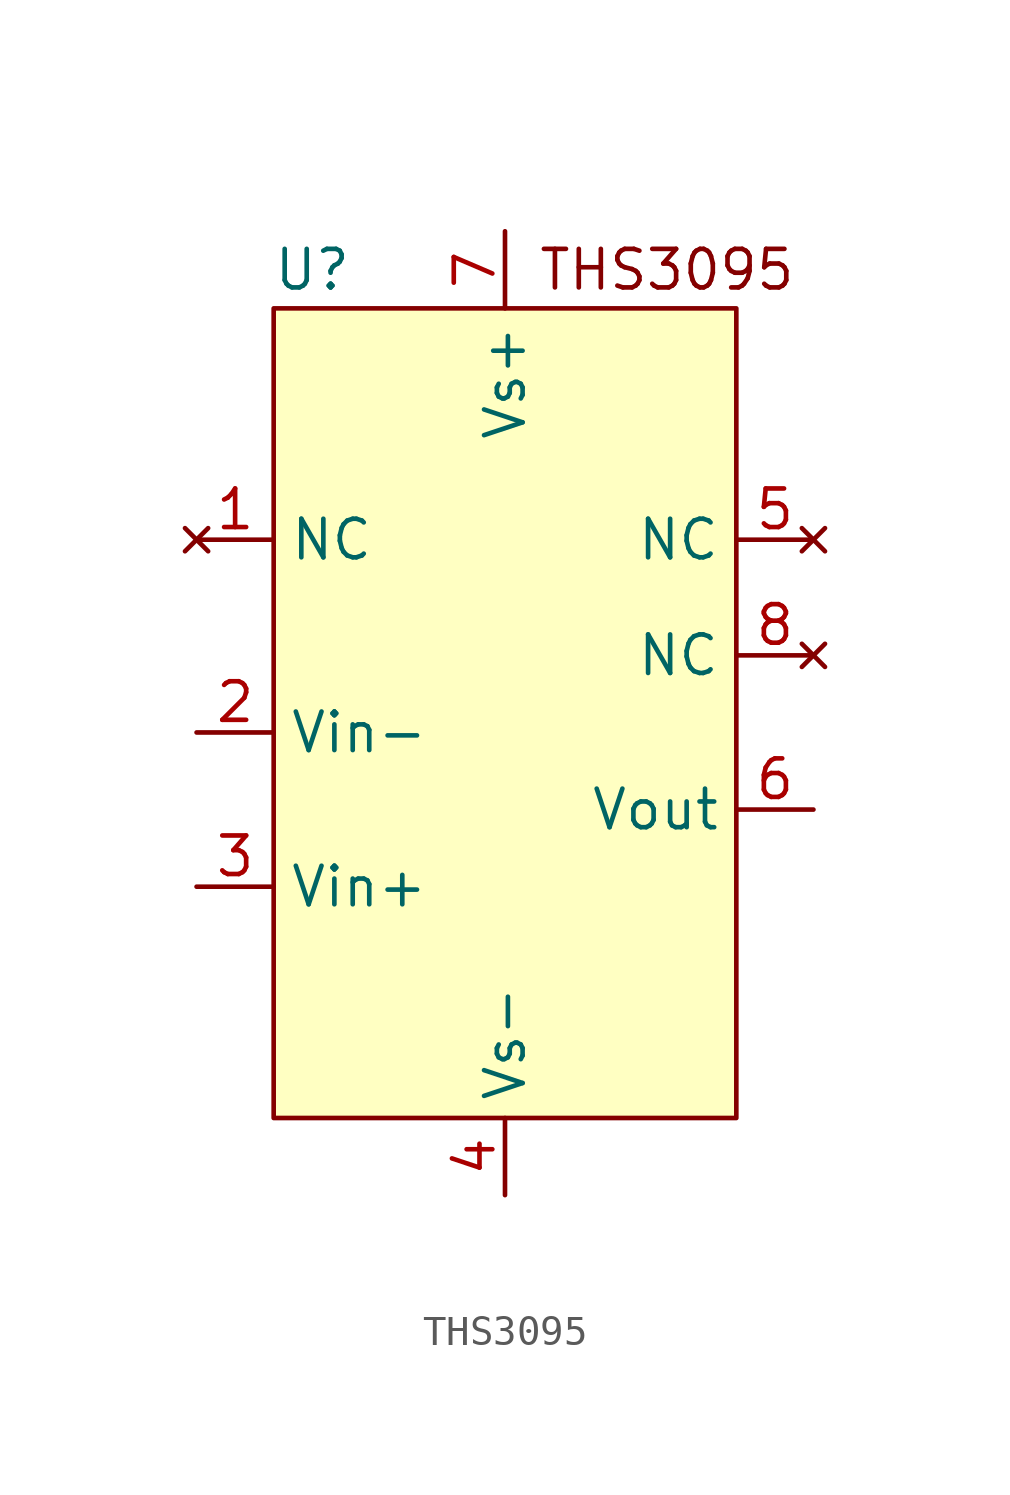
<source format=kicad_sym>
(kicad_symbol_lib
  (version 20241209)
  (generator "kicad_symbol_editor")
  (generator_version "9.0")
  (symbol "THS3095"
    (property "Reference" "U"
      (at -6.35 12.7 0)
      (effects (font (size 1.27 1.27))))
    (property "Value" ""
      (at 0 0 0)
      (effects (font (size 1.27 1.27))))
    (symbol "THS3095_1_1"
      (rectangle (start -7.62 11.43) (end 7.62 -15.24) (stroke (width 0) (type solid)) (fill (type background)))
      (text "THS3095" (at 5.334 12.7 0) (effects (font (size 1.27 1.27))))
      (pin no_connect line (at -10.16 3.81 0) (length 2.54) (name "NC" (effects (font (size 1.27 1.27)))) (number "1" (effects (font (size 1.27 1.27)))))
      (pin input line (at -10.16 -2.54 0) (length 2.54) (name "Vin-" (effects (font (size 1.27 1.27)))) (number "2" (effects (font (size 1.27 1.27)))))
      (pin input line (at -10.16 -7.62 0) (length 2.54) (name "Vin+" (effects (font (size 1.27 1.27)))) (number "3" (effects (font (size 1.27 1.27)))))
      (pin power_in line (at 0 13.97 270) (length 2.54) (name "Vs+" (effects (font (size 1.27 1.27)))) (number "7" (effects (font (size 1.27 1.27)))))
      (pin power_out line (at 0 -17.78 90) (length 2.54) (name "Vs-" (effects (font (size 1.27 1.27)))) (number "4" (effects (font (size 1.27 1.27)))))
      (pin no_connect line (at 10.16 3.81 180) (length 2.54) (name "NC" (effects (font (size 1.27 1.27)))) (number "5" (effects (font (size 1.27 1.27)))))
      (pin no_connect line (at 10.16 0 180) (length 2.54) (name "NC" (effects (font (size 1.27 1.27)))) (number "8" (effects (font (size 1.27 1.27)))))
      (pin output line (at 10.16 -5.08 180) (length 2.54) (name "Vout" (effects (font (size 1.27 1.27)))) (number "6" (effects (font (size 1.27 1.27))))))))
</source>
